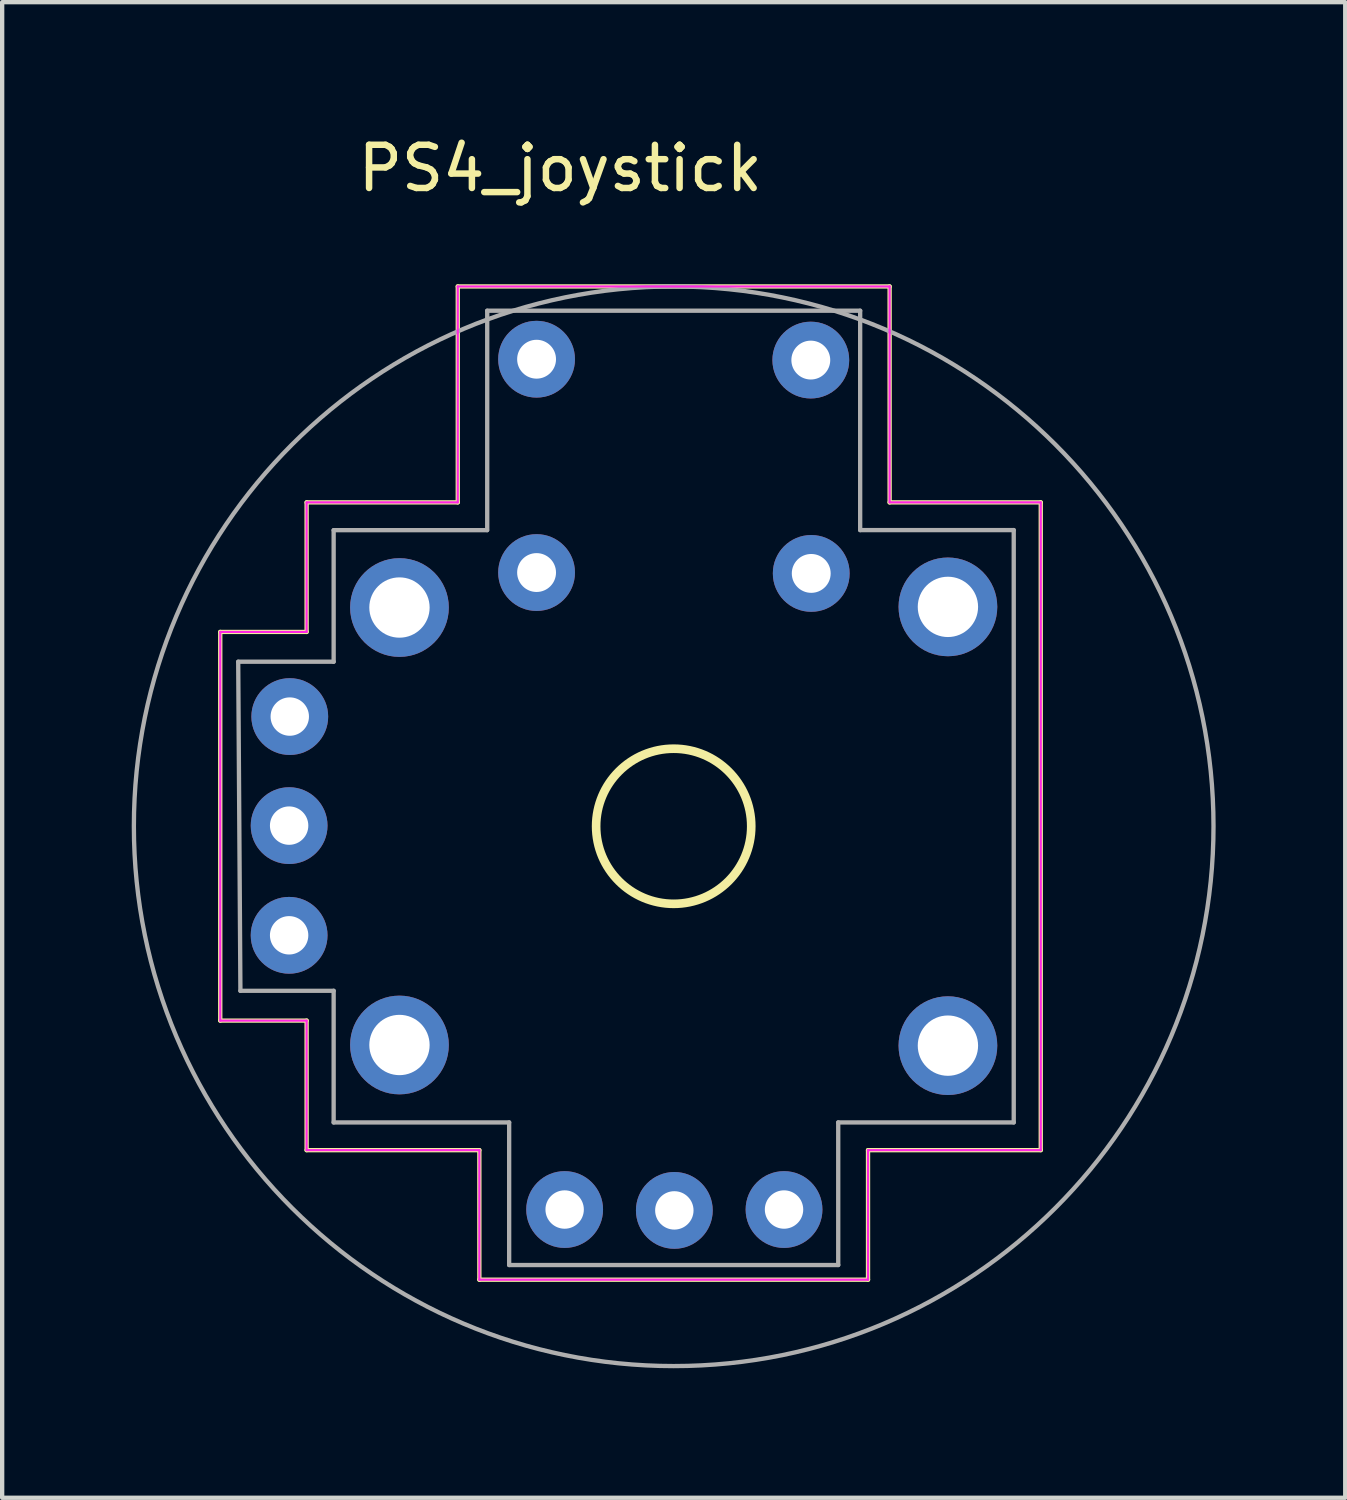
<source format=kicad_pcb>
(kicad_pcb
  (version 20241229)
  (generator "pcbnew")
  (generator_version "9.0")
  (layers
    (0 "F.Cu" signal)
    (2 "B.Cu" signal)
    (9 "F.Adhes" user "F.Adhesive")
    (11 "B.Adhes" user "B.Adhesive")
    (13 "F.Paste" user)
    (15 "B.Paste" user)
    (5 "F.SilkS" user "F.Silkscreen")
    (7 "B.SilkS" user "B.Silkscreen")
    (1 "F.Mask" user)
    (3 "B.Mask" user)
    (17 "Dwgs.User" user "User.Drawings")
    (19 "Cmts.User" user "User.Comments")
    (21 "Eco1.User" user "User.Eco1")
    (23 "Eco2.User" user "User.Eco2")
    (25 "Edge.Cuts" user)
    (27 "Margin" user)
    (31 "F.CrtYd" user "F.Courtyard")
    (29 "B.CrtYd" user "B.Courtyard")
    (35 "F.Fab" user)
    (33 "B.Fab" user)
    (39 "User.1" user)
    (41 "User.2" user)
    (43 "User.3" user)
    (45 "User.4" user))
  (footprint "PS4_joystick"
    (layer "F.Cu")
    (at 12.55 16.083)
    (property "Reference" "PS4_joystick" (at -2.625 -15.235 0) (layer "F.SilkS") (effects (font (size 1 1) (thickness 0.15))))
    (attr through_hole)
    (fp_line (start -10.5 -4.5) (end -10.5 4.5) (stroke (width 0.1) (type default)) (layer "F.SilkS"))
    (fp_line (start -10.5 4.5) (end -8.5 4.5) (stroke (width 0.1) (type default)) (layer "F.SilkS"))
    (fp_line (start -8.5 -7.5) (end -8.5 -4.5) (stroke (width 0.1) (type default)) (layer "F.SilkS"))
    (fp_line (start -8.5 -4.5) (end -10.5 -4.5) (stroke (width 0.1) (type default)) (layer "F.SilkS"))
    (fp_line (start -8.5 4.5) (end -8.5 7.5) (stroke (width 0.1) (type default)) (layer "F.SilkS"))
    (fp_line (start -8.5 7.5) (end -4.5 7.5) (stroke (width 0.1) (type default)) (layer "F.SilkS"))
    (fp_line (start -5 -7.5) (end -8.5 -7.5) (stroke (width 0.1) (type default)) (layer "F.SilkS"))
    (fp_line (start -5 -7.5) (end -5 -12.5) (stroke (width 0.1) (type default)) (layer "F.SilkS"))
    (fp_line (start -4.5 7.5) (end -4.5 10.5) (stroke (width 0.1) (type default)) (layer "F.SilkS"))
    (fp_line (start -4.5 10.5) (end 4.5 10.5) (stroke (width 0.1) (type default)) (layer "F.SilkS"))
    (fp_line (start 4.5 7.5) (end 8.5 7.5) (stroke (width 0.1) (type default)) (layer "F.SilkS"))
    (fp_line (start 4.5 10.5) (end 4.5 7.5) (stroke (width 0.1) (type default)) (layer "F.SilkS"))
    (fp_line (start 5 -12.5) (end -5 -12.5) (stroke (width 0.1) (type default)) (layer "F.SilkS"))
    (fp_line (start 5 -7.5) (end 5 -12.5) (stroke (width 0.1) (type default)) (layer "F.SilkS"))
    (fp_line (start 8.5 -7.5) (end 5 -7.5) (stroke (width 0.1) (type default)) (layer "F.SilkS"))
    (fp_line (start 8.5 7.5) (end 8.5 -7.5) (stroke (width 0.1) (type default)) (layer "F.SilkS"))
    (fp_circle (center 0 0) (end 1.796 0) (stroke (width 0.2) (type solid)) (fill no) (layer "F.SilkS"))
    (fp_circle (center -8.89 -2.54) (end -8.445 -2.54) (stroke (width 0.2) (type solid)) (fill no) (layer "Eco1.User"))
    (fp_circle (center -8.89 -2.54) (end -8.42 -2.54) (stroke (width 0.2) (type solid)) (fill no) (layer "Eco1.User"))
    (fp_circle (center -8.89 -2.54) (end -8.42 -2.54) (stroke (width 0.2) (type solid)) (fill no) (layer "Eco1.User"))
    (fp_circle (center -8.89 0) (end -8.445 0) (stroke (width 0.2) (type solid)) (fill no) (layer "Eco1.User"))
    (fp_circle (center -8.89 0) (end -8.42 0) (stroke (width 0.2) (type solid)) (fill no) (layer "Eco1.User"))
    (fp_circle (center -8.89 0) (end -8.42 0) (stroke (width 0.2) (type solid)) (fill no) (layer "Eco1.User"))
    (fp_circle (center -8.89 2.54) (end -8.445 2.54) (stroke (width 0.2) (type solid)) (fill no) (layer "Eco1.User"))
    (fp_circle (center -8.89 2.54) (end -8.42 2.54) (stroke (width 0.2) (type solid)) (fill no) (layer "Eco1.User"))
    (fp_circle (center -8.89 2.54) (end -8.42 2.54) (stroke (width 0.2) (type solid)) (fill no) (layer "Eco1.User"))
    (fp_circle (center -6.35 -5.08) (end -5.652 -5.08) (stroke (width 0.2) (type solid)) (fill no) (layer "Eco1.User"))
    (fp_circle (center -6.35 -5.08) (end -5.62 -5.08) (stroke (width 0.2) (type solid)) (fill no) (layer "Eco1.User"))
    (fp_circle (center -6.35 -5.08) (end -5.62 -5.08) (stroke (width 0.2) (type solid)) (fill no) (layer "Eco1.User"))
    (fp_circle (center -6.35 5.08) (end -5.652 5.08) (stroke (width 0.2) (type solid)) (fill no) (layer "Eco1.User"))
    (fp_circle (center -6.35 5.08) (end -5.62 5.08) (stroke (width 0.2) (type solid)) (fill no) (layer "Eco1.User"))
    (fp_circle (center -6.35 5.08) (end -5.62 5.08) (stroke (width 0.2) (type solid)) (fill no) (layer "Eco1.User"))
    (fp_circle (center -3.175 -10.795) (end -2.731 -10.795) (stroke (width 0.2) (type solid)) (fill no) (layer "Eco1.User"))
    (fp_circle (center -3.175 -10.795) (end -2.705 -10.795) (stroke (width 0.2) (type solid)) (fill no) (layer "Eco1.User"))
    (fp_circle (center -3.175 -10.795) (end -2.705 -10.795) (stroke (width 0.2) (type solid)) (fill no) (layer "Eco1.User"))
    (fp_circle (center -3.175 -5.842) (end -2.731 -5.842) (stroke (width 0.2) (type solid)) (fill no) (layer "Eco1.User"))
    (fp_circle (center -3.175 -5.842) (end -2.705 -5.842) (stroke (width 0.2) (type solid)) (fill no) (layer "Eco1.User"))
    (fp_circle (center -3.175 -5.842) (end -2.705 -5.842) (stroke (width 0.2) (type solid)) (fill no) (layer "Eco1.User"))
    (fp_circle (center -2.54 8.89) (end -2.095 8.89) (stroke (width 0.2) (type solid)) (fill no) (layer "Eco1.User"))
    (fp_circle (center -2.54 8.89) (end -2.07 8.89) (stroke (width 0.2) (type solid)) (fill no) (layer "Eco1.User"))
    (fp_circle (center -2.54 8.89) (end -2.07 8.89) (stroke (width 0.2) (type solid)) (fill no) (layer "Eco1.User"))
    (fp_circle (center 0 8.89) (end 0.445 8.89) (stroke (width 0.2) (type solid)) (fill no) (layer "Eco1.User"))
    (fp_circle (center 0 8.89) (end 0.47 8.89) (stroke (width 0.2) (type solid)) (fill no) (layer "Eco1.User"))
    (fp_circle (center 0 8.89) (end 0.47 8.89) (stroke (width 0.2) (type solid)) (fill no) (layer "Eco1.User"))
    (fp_circle (center 2.54 8.89) (end 2.985 8.89) (stroke (width 0.2) (type solid)) (fill no) (layer "Eco1.User"))
    (fp_circle (center 2.54 8.89) (end 3.01 8.89) (stroke (width 0.2) (type solid)) (fill no) (layer "Eco1.User"))
    (fp_circle (center 2.54 8.89) (end 3.01 8.89) (stroke (width 0.2) (type solid)) (fill no) (layer "Eco1.User"))
    (fp_circle (center 3.175 -10.795) (end 3.619 -10.795) (stroke (width 0.2) (type solid)) (fill no) (layer "Eco1.User"))
    (fp_circle (center 3.175 -10.795) (end 3.645 -10.795) (stroke (width 0.2) (type solid)) (fill no) (layer "Eco1.User"))
    (fp_circle (center 3.175 -10.795) (end 3.645 -10.795) (stroke (width 0.2) (type solid)) (fill no) (layer "Eco1.User"))
    (fp_circle (center 3.175 -5.842) (end 3.619 -5.842) (stroke (width 0.2) (type solid)) (fill no) (layer "Eco1.User"))
    (fp_circle (center 3.175 -5.842) (end 3.645 -5.842) (stroke (width 0.2) (type solid)) (fill no) (layer "Eco1.User"))
    (fp_circle (center 3.175 -5.842) (end 3.645 -5.842) (stroke (width 0.2) (type solid)) (fill no) (layer "Eco1.User"))
    (fp_circle (center 6.35 -5.08) (end 7.048 -5.08) (stroke (width 0.2) (type solid)) (fill no) (layer "Eco1.User"))
    (fp_circle (center 6.35 -5.08) (end 7.08 -5.08) (stroke (width 0.2) (type solid)) (fill no) (layer "Eco1.User"))
    (fp_circle (center 6.35 -5.08) (end 7.08 -5.08) (stroke (width 0.2) (type solid)) (fill no) (layer "Eco1.User"))
    (fp_circle (center 6.35 5.08) (end 7.048 5.08) (stroke (width 0.2) (type solid)) (fill no) (layer "Eco1.User"))
    (fp_circle (center 6.35 5.08) (end 7.08 5.08) (stroke (width 0.2) (type solid)) (fill no) (layer "Eco1.User"))
    (fp_circle (center 6.35 5.08) (end 7.08 5.08) (stroke (width 0.2) (type solid)) (fill no) (layer "Eco1.User"))
    (fp_line (start -10.5 -4.5) (end -8.5 -4.5) (stroke (width 0.05) (type default)) (layer "F.CrtYd"))
    (fp_line (start -10.5 4.5) (end -10.5 -4.5) (stroke (width 0.05) (type default)) (layer "F.CrtYd"))
    (fp_line (start -8.5 -7.5) (end -5 -7.5) (stroke (width 0.05) (type default)) (layer "F.CrtYd"))
    (fp_line (start -8.5 -4.5) (end -8.5 -7.5) (stroke (width 0.05) (type default)) (layer "F.CrtYd"))
    (fp_line (start -8.5 4.5) (end -10.5 4.5) (stroke (width 0.05) (type default)) (layer "F.CrtYd"))
    (fp_line (start -8.5 7.5) (end -8.5 4.5) (stroke (width 0.05) (type default)) (layer "F.CrtYd"))
    (fp_line (start -5 -12.5) (end 5 -12.5) (stroke (width 0.05) (type default)) (layer "F.CrtYd"))
    (fp_line (start -5 -7.5) (end -5 -12.5) (stroke (width 0.05) (type default)) (layer "F.CrtYd"))
    (fp_line (start -4.5 7.5) (end -8.5 7.5) (stroke (width 0.05) (type default)) (layer "F.CrtYd"))
    (fp_line (start -4.5 10.5) (end -4.5 7.5) (stroke (width 0.05) (type default)) (layer "F.CrtYd"))
    (fp_line (start 4.5 7.5) (end 4.5 10.5) (stroke (width 0.05) (type default)) (layer "F.CrtYd"))
    (fp_line (start 4.5 10.5) (end -4.5 10.5) (stroke (width 0.05) (type default)) (layer "F.CrtYd"))
    (fp_line (start 5 -12.5) (end 5 -7.5) (stroke (width 0.05) (type default)) (layer "F.CrtYd"))
    (fp_line (start 5 -7.5) (end 8.5 -7.5) (stroke (width 0.05) (type default)) (layer "F.CrtYd"))
    (fp_line (start 8.5 -7.5) (end 8.5 7.5) (stroke (width 0.05) (type default)) (layer "F.CrtYd"))
    (fp_line (start 8.5 7.5) (end 4.5 7.5) (stroke (width 0.05) (type default)) (layer "F.CrtYd"))
    (fp_line (start -10.084 -3.81) (end -7.874 -3.81) (stroke (width 0.1) (type solid)) (layer "F.Fab"))
    (fp_line (start -10.033 3.81) (end -10.084 -3.81) (stroke (width 0.1) (type solid)) (layer "F.Fab"))
    (fp_line (start -7.874 -6.856) (end -4.322 -6.856) (stroke (width 0.1) (type solid)) (layer "F.Fab"))
    (fp_line (start -7.874 -3.81) (end -7.874 -6.856) (stroke (width 0.1) (type solid)) (layer "F.Fab"))
    (fp_line (start -7.874 3.81) (end -10.033 3.81) (stroke (width 0.1) (type solid)) (layer "F.Fab"))
    (fp_line (start -7.874 6.858) (end -7.874 3.81) (stroke (width 0.1) (type solid)) (layer "F.Fab"))
    (fp_line (start -4.318 -11.938) (end -4.318 -6.858) (stroke (width 0.1) (type solid)) (layer "F.Fab"))
    (fp_line (start -4.318 -11.938) (end 4.318 -11.938) (stroke (width 0.1) (type solid)) (layer "F.Fab"))
    (fp_line (start -3.81 6.858) (end -7.874 6.858) (stroke (width 0.1) (type solid)) (layer "F.Fab"))
    (fp_line (start -3.81 10.16) (end -3.81 6.858) (stroke (width 0.1) (type solid)) (layer "F.Fab"))
    (fp_line (start 3.81 6.858) (end 3.81 10.16) (stroke (width 0.1) (type solid)) (layer "F.Fab"))
    (fp_line (start 3.81 10.16) (end -3.81 10.16) (stroke (width 0.1) (type solid)) (layer "F.Fab"))
    (fp_line (start 4.318 -11.938) (end 4.318 -6.858) (stroke (width 0.1) (type solid)) (layer "F.Fab"))
    (fp_line (start 4.318 -6.858) (end 7.874 -6.858) (stroke (width 0.1) (type solid)) (layer "F.Fab"))
    (fp_line (start 7.874 -6.858) (end 7.874 6.858) (stroke (width 0.1) (type solid)) (layer "F.Fab"))
    (fp_line (start 7.874 6.858) (end 3.81 6.858) (stroke (width 0.1) (type solid)) (layer "F.Fab"))
    (fp_circle (center 0 0) (end 12.5 0) (stroke (width 0.1) (type default)) (fill no) (layer "F.Fab"))
    (pad "" thru_hole circle (at -6.35 -5.065) (size 2.286 2.286) (drill 1.397) (layers "*.Cu" "*.Mask"))
    (pad "" thru_hole circle (at -6.35 5.065) (size 2.286 2.286) (drill 1.397) (layers "*.Cu" "*.Mask"))
    (pad "" thru_hole circle (at 6.35 -5.08) (size 2.286 2.286) (drill 1.397) (layers "*.Cu" "*.Mask"))
    (pad "" thru_hole circle (at 6.35 5.08) (size 2.286 2.286) (drill 1.397) (layers "*.Cu" "*.Mask"))
    (pad "1" thru_hole circle (at -2.525 8.875) (size 1.778 1.778) (drill 0.889) (layers "*.Cu" "*.Mask"))
    (pad "2" thru_hole circle (at 0.015 8.895) (size 1.778 1.778) (drill 0.889) (layers "*.Cu" "*.Mask"))
    (pad "3" thru_hole circle (at 2.555 8.875) (size 1.778 1.778) (drill 0.889) (layers "*.Cu" "*.Mask"))
    (pad "4" thru_hole circle (at -8.89 -2.54) (size 1.778 1.778) (drill 0.889) (layers "*.Cu" "*.Mask"))
    (pad "5" thru_hole circle (at -8.905 -0.015) (size 1.778 1.778) (drill 0.889) (layers "*.Cu" "*.Mask"))
    (pad "6" thru_hole circle (at -8.905 2.525) (size 1.778 1.778) (drill 0.889) (layers "*.Cu" "*.Mask"))
    (pad "7" thru_hole circle (at -3.175 -5.875) (size 1.778 1.778) (drill 0.9) (layers "*.Cu" "*.Mask"))
    (pad "7" thru_hole circle (at 3.185 -5.855) (size 1.778 1.778) (drill 0.9) (layers "*.Cu" "*.Mask"))
    (pad "8" thru_hole circle (at -3.175 -10.815) (size 1.778 1.778) (drill 0.9) (layers "*.Cu" "*.Mask"))
    (pad "8" thru_hole circle (at 3.175 -10.795) (size 1.778 1.778) (drill 0.9) (layers "*.Cu" "*.Mask")))
  (gr_rect
    (start -3 -3)
    (end 28.1 31.633)
    (stroke (width 0.1) (type default))
    (fill no)
    (layer "Edge.Cuts")))
</source>
